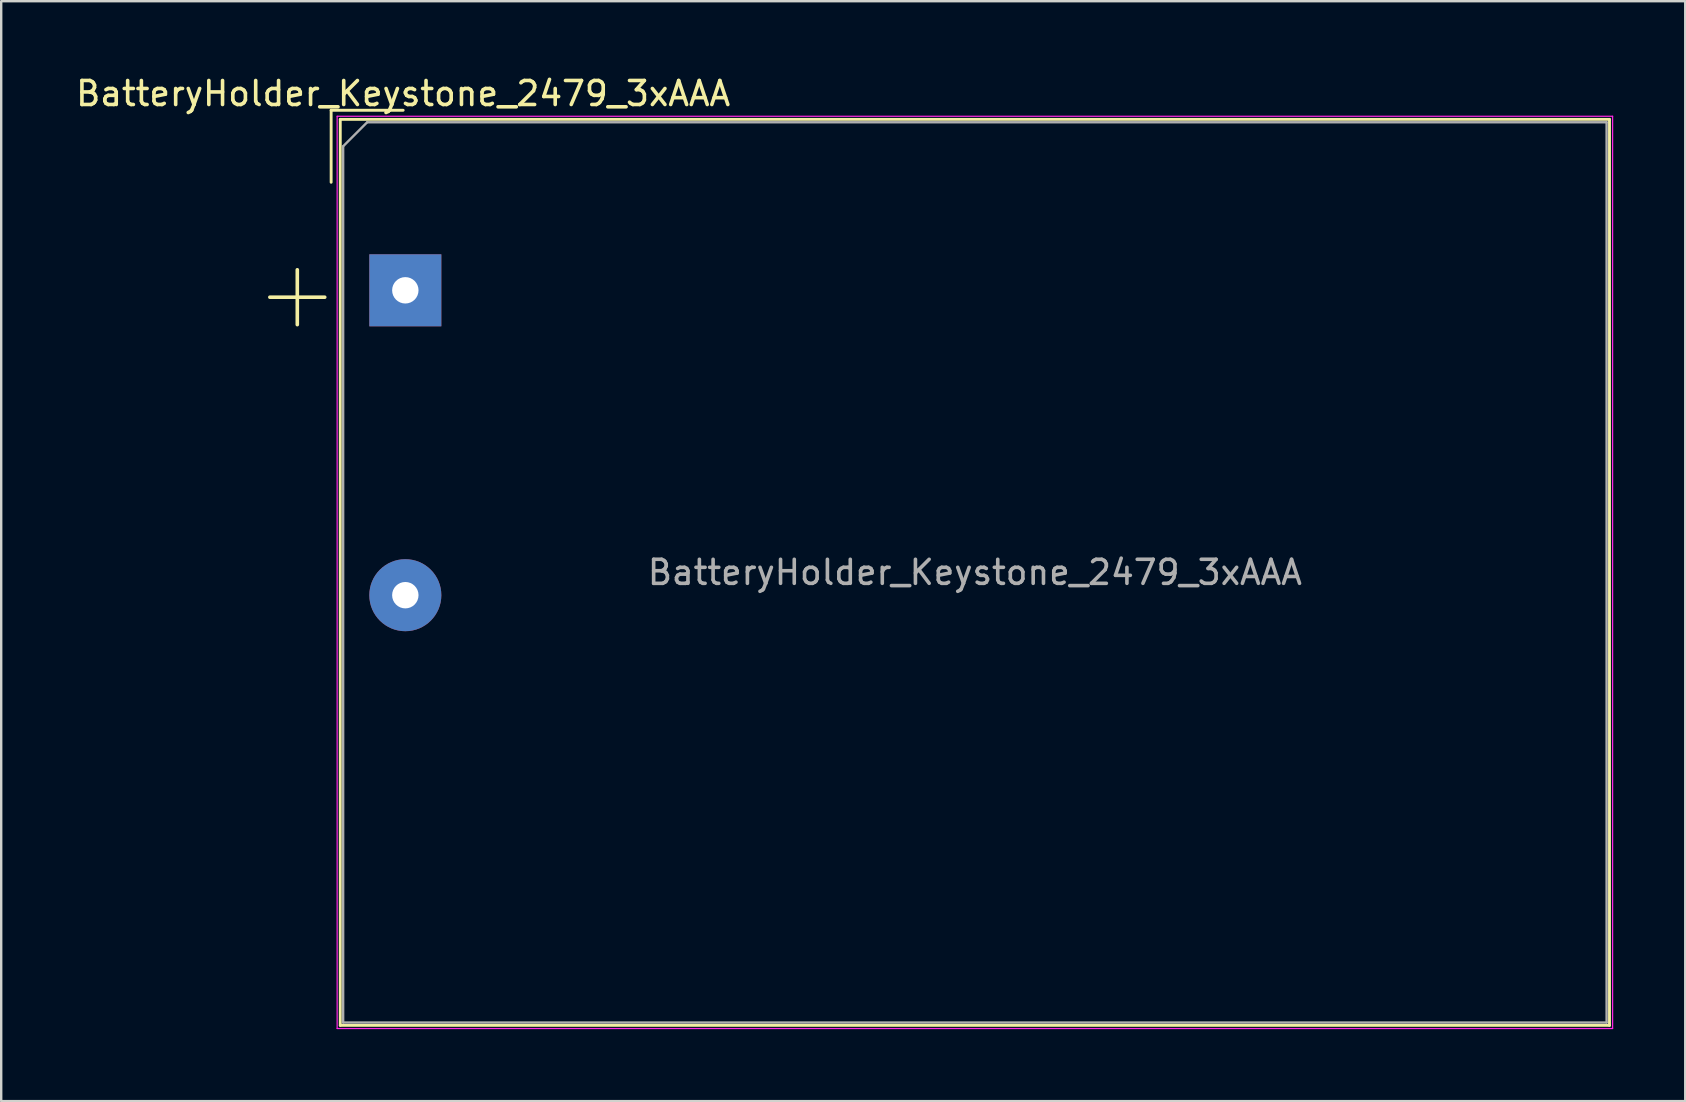
<source format=kicad_pcb>
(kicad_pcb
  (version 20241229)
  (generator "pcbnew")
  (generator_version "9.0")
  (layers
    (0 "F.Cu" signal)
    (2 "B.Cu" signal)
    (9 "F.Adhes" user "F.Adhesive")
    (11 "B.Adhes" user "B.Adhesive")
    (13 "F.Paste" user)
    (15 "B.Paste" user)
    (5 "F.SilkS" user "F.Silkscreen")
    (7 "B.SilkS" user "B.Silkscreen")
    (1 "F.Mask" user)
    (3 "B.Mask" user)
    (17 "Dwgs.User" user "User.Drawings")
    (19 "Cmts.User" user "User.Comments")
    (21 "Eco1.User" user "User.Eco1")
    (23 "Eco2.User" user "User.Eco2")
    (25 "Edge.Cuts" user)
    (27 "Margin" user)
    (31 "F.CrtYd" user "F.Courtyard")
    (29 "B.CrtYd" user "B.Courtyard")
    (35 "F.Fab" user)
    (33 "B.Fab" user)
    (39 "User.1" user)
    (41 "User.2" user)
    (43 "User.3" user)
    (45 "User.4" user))
  (footprint "BatteryHolder_Keystone_2479_3xAAA"
    (layer "F.Cu")
    (at 13.834 9.043)
    (property "Reference" "BatteryHolder_Keystone_2479_3xAAA" (at -0.09 -8.195 0) (layer "F.SilkS") (effects (font (size 1 1) (thickness 0.15))))
    (attr through_hole)
    (fp_line (start -3.09 -7.5) (end -0.09 -7.5) (stroke (width 0.12) (type solid)) (layer "F.SilkS"))
    (fp_line (start -3.09 -4.5) (end -3.09 -7.5) (stroke (width 0.12) (type solid)) (layer "F.SilkS"))
    (fp_line (start -2.71 -7.12) (end -2.71 30.62) (stroke (width 0.12) (type solid)) (layer "F.SilkS"))
    (fp_line (start -2.71 -7.12) (end 50.16 -7.12) (stroke (width 0.12) (type solid)) (layer "F.SilkS"))
    (fp_line (start -2.71 30.62) (end 50.16 30.62) (stroke (width 0.12) (type solid)) (layer "F.SilkS"))
    (fp_line (start 50.16 -7.12) (end 50.16 30.62) (stroke (width 0.12) (type solid)) (layer "F.SilkS"))
    (fp_line (start -2.84 -7.25) (end -2.84 30.75) (stroke (width 0.05) (type solid)) (layer "F.CrtYd"))
    (fp_line (start -2.84 -7.25) (end 50.29 -7.25) (stroke (width 0.05) (type solid)) (layer "F.CrtYd"))
    (fp_line (start -2.84 30.75) (end 50.29 30.75) (stroke (width 0.05) (type solid)) (layer "F.CrtYd"))
    (fp_line (start 50.29 -7.25) (end 50.29 30.75) (stroke (width 0.05) (type solid)) (layer "F.CrtYd"))
    (fp_line (start -2.59 -6) (end -1.59 -7) (stroke (width 0.1) (type solid)) (layer "F.Fab"))
    (fp_line (start -2.59 30.5) (end -2.59 -6) (stroke (width 0.1) (type solid)) (layer "F.Fab"))
    (fp_line (start -1.59 -7) (end 50.04 -7) (stroke (width 0.1) (type solid)) (layer "F.Fab"))
    (fp_line (start 50.04 -7) (end 50.04 30.5) (stroke (width 0.1) (type solid)) (layer "F.Fab"))
    (fp_line (start 50.04 30.5) (end -2.59 30.5) (stroke (width 0.1) (type solid)) (layer "F.Fab"))
    (fp_text user "+" (at -4.5 0.05 0) (layer "F.SilkS") (effects (font (size 3 3) (thickness 0.15))))
    (fp_text user "${REFERENCE}" (at 23.725 11.75 0) (layer "F.Fab") (effects (font (size 1 1) (thickness 0.15))))
    (pad "1" thru_hole rect (at 0 0) (size 3 3) (drill 1.1) (layers "*.Cu" "*.Mask"))
    (pad "2" thru_hole circle (at 0 12.7) (size 3 3) (drill 1.1) (layers "*.Cu" "*.Mask")))
  (gr_rect
    (start -3 -3)
    (end 67.149 42.818)
    (stroke (width 0.1) (type default))
    (fill no)
    (layer "Edge.Cuts")))
</source>
